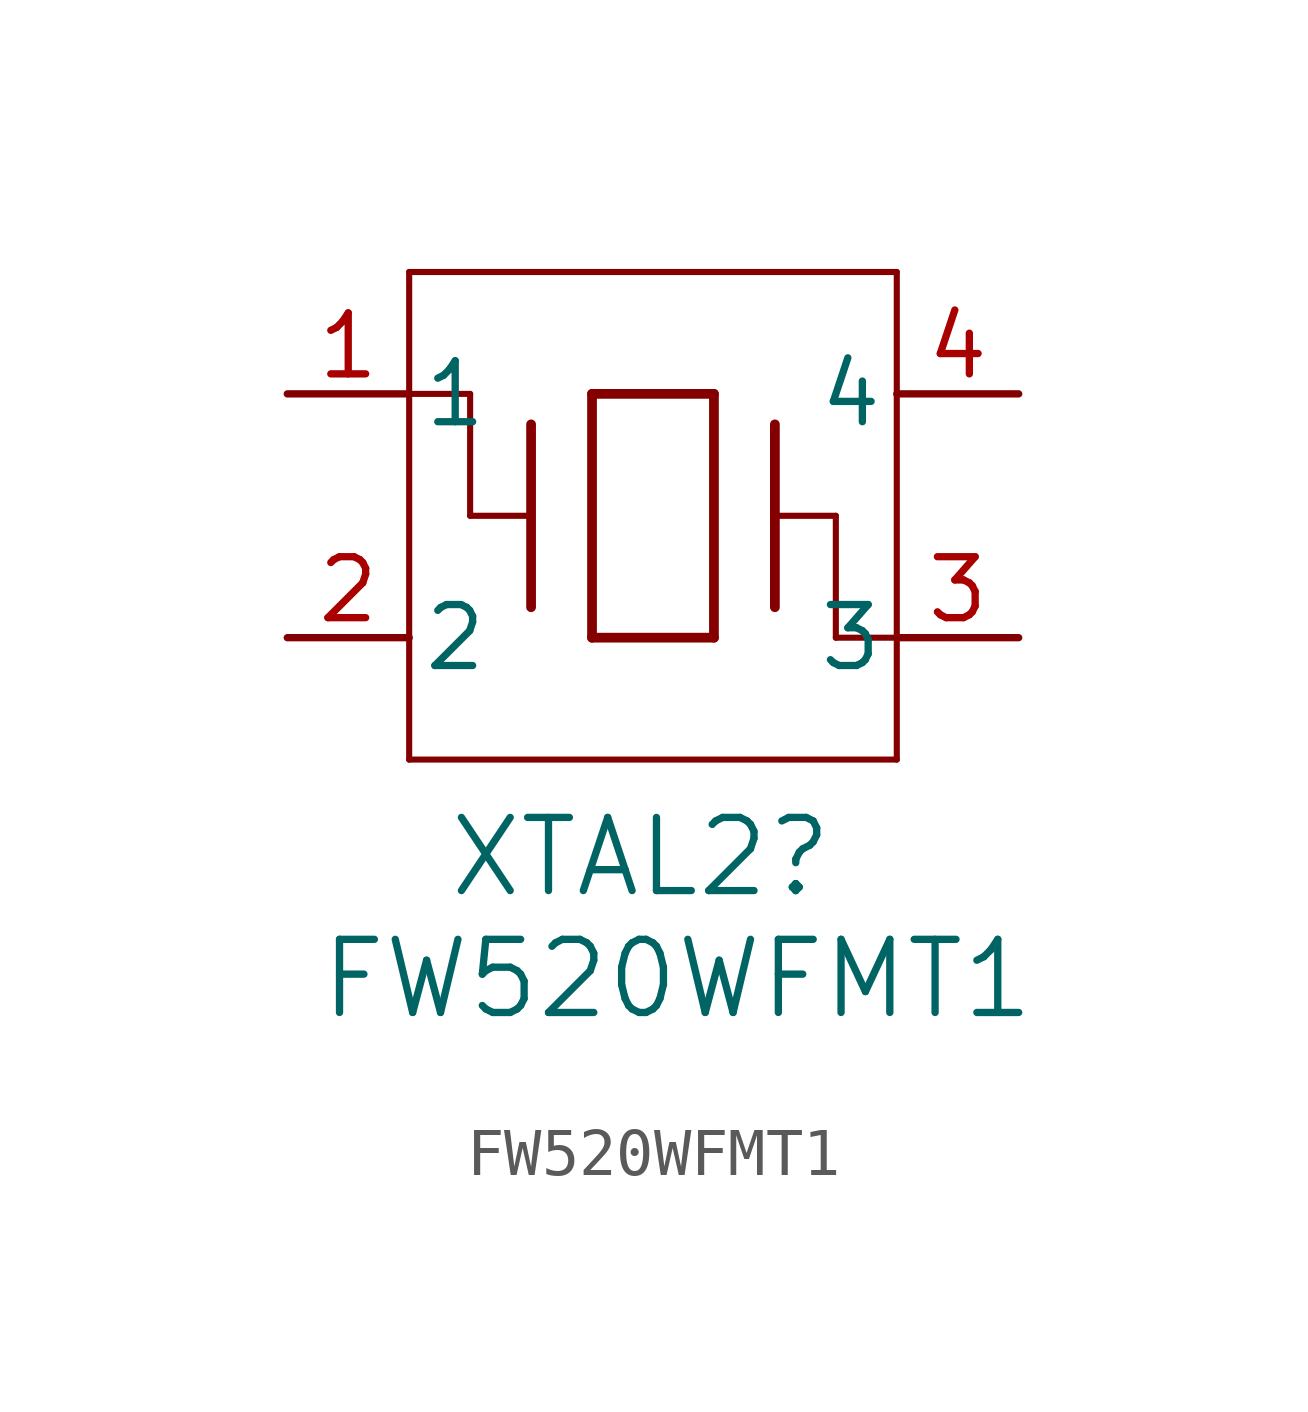
<source format=kicad_sym>
(kicad_symbol_lib
  (version 20231120)
  (generator "kicad_symbol_editor")
  (generator_version "8.0")
  (symbol "FW520WFMT1"
    (pin_names
      (offset 0.254))
    (property "Reference" "XTAL2"
      (at 7.366 -9.652 0)
      (effects (font (size 1.524 1.524))))
    (property "Value" "FW520WFMT1"
      (at 8.128 -12.192 0)
      (effects (font (size 1.524 1.524))))
    (property "ki_locked" ""
      (at 0 0 0)
      (effects (font (size 1.27 1.27))))
    (symbol "FW520WFMT1_0_1"
      (polyline (pts (xy 2.54 -7.62) (xy 12.7 -7.62)) (stroke (width 0.127) (type default)) (fill (type none)))
      (polyline (pts (xy 2.54 0) (xy 3.81 0)) (stroke (width 0.127) (type default)) (fill (type none)))
      (polyline (pts (xy 2.54 2.54) (xy 2.54 -7.62)) (stroke (width 0.127) (type default)) (fill (type none)))
      (polyline (pts (xy 2.54 2.54) (xy 12.7 2.54)) (stroke (width 0.127) (type default)) (fill (type none)))
      (polyline (pts (xy 3.81 0) (xy 3.81 -2.54)) (stroke (width 0.127) (type default)) (fill (type none)))
      (polyline (pts (xy 5.08 -4.445) (xy 5.08 -0.635)) (stroke (width 0.203) (type default)) (fill (type none)))
      (polyline (pts (xy 5.08 -2.54) (xy 3.81 -2.54)) (stroke (width 0.127) (type default)) (fill (type none)))
      (polyline (pts (xy 6.35 -5.08) (xy 6.35 0)) (stroke (width 0.203) (type default)) (fill (type none)))
      (polyline (pts (xy 6.35 0) (xy 8.89 0)) (stroke (width 0.203) (type default)) (fill (type none)))
      (polyline (pts (xy 8.89 -5.08) (xy 6.35 -5.08)) (stroke (width 0.203) (type default)) (fill (type none)))
      (polyline (pts (xy 8.89 0) (xy 8.89 -5.08)) (stroke (width 0.203) (type default)) (fill (type none)))
      (polyline (pts (xy 10.16 -4.445) (xy 10.16 -0.635)) (stroke (width 0.203) (type default)) (fill (type none)))
      (polyline (pts (xy 10.16 -2.54) (xy 11.43 -2.54)) (stroke (width 0.127) (type default)) (fill (type none)))
      (polyline (pts (xy 11.43 -2.54) (xy 11.43 -5.08)) (stroke (width 0.127) (type default)) (fill (type none)))
      (polyline (pts (xy 12.7 -5.08) (xy 11.43 -5.08)) (stroke (width 0.127) (type default)) (fill (type none)))
      (polyline (pts (xy 12.7 2.54) (xy 12.7 -7.62)) (stroke (width 0.127) (type default)) (fill (type none))))
    (symbol "FW520WFMT1_1_1"
      (pin passive line (at 0 0 0) (length 2.54) (name "1" (effects (font (size 1.27 1.27)))) (number "1" (effects (font (size 1.27 1.27)))))
      (pin passive line (at 0 -5.08 0) (length 2.54) (name "2" (effects (font (size 1.27 1.27)))) (number "2" (effects (font (size 1.27 1.27)))))
      (pin passive line (at 15.24 -5.08 180) (length 2.54) (name "3" (effects (font (size 1.27 1.27)))) (number "3" (effects (font (size 1.27 1.27)))))
      (pin passive line (at 15.24 0 180) (length 2.54) (name "4" (effects (font (size 1.27 1.27)))) (number "4" (effects (font (size 1.27 1.27))))))))
</source>
